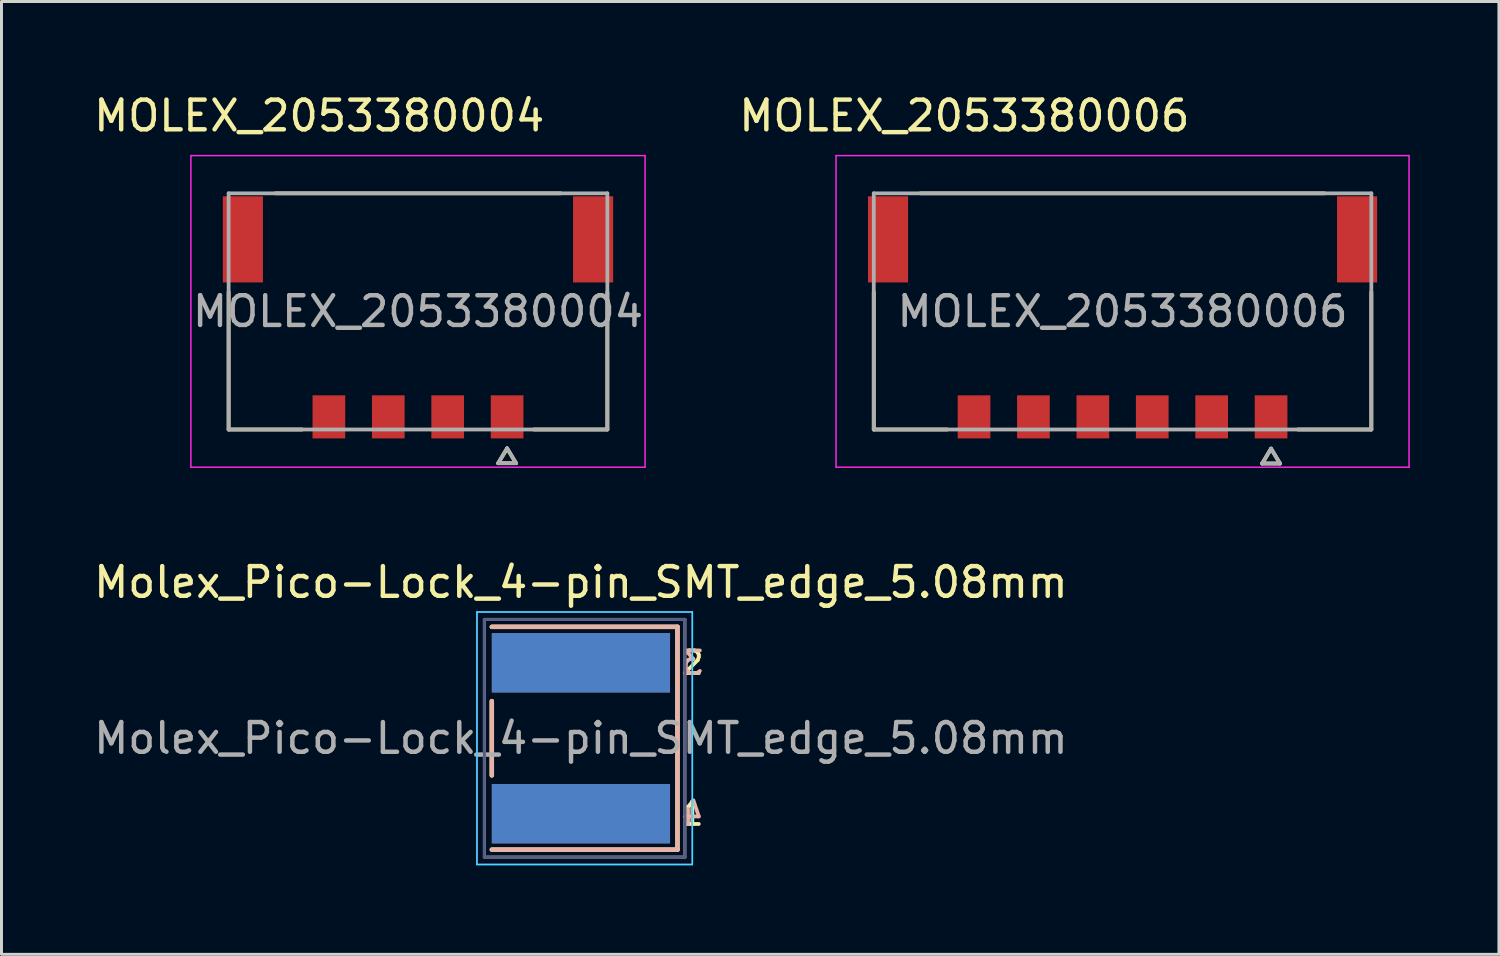
<source format=kicad_pcb>
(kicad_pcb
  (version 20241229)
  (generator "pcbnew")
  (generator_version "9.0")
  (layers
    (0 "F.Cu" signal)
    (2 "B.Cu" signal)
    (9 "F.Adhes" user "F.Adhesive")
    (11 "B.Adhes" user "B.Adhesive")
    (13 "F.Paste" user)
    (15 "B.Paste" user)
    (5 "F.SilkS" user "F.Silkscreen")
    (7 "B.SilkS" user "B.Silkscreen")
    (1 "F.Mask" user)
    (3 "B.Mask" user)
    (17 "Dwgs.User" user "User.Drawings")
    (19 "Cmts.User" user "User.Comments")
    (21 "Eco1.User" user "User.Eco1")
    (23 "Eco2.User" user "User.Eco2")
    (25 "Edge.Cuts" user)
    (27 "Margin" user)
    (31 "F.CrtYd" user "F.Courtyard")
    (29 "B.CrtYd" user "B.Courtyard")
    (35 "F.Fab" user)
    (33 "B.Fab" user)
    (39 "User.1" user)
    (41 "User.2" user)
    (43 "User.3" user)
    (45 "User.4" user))
  (footprint "MOLEX_2053380006"
    (layer "F.Cu")
    (at 34.739 7.433)
    (property "Reference" "MOLEX_2053380006" (at -5.325 -6.585 0) (layer "F.SilkS") (effects (font (size 1 1) (thickness 0.15))))
    (attr through_hole)
    (fp_poly (pts (xy -8.646 -3.951) (xy -7.144 -3.951) (xy -7.144 -0.899) (xy -8.646 -0.899)) (stroke (width 0.01) (type solid)) (fill yes) (layer "F.Mask"))
    (fp_poly (pts (xy -5.626 2.749) (xy -4.374 2.749) (xy -4.374 4.351) (xy -5.626 4.351)) (stroke (width 0.01) (type solid)) (fill yes) (layer "F.Mask"))
    (fp_poly (pts (xy -3.626 2.749) (xy -2.374 2.749) (xy -2.374 4.351) (xy -3.626 4.351)) (stroke (width 0.01) (type solid)) (fill yes) (layer "F.Mask"))
    (fp_poly (pts (xy -1.626 2.749) (xy -0.374 2.749) (xy -0.374 4.351) (xy -1.626 4.351)) (stroke (width 0.01) (type solid)) (fill yes) (layer "F.Mask"))
    (fp_poly (pts (xy 0.374 2.749) (xy 1.626 2.749) (xy 1.626 4.351) (xy 0.374 4.351)) (stroke (width 0.01) (type solid)) (fill yes) (layer "F.Mask"))
    (fp_poly (pts (xy 2.374 2.749) (xy 3.626 2.749) (xy 3.626 4.351) (xy 2.374 4.351)) (stroke (width 0.01) (type solid)) (fill yes) (layer "F.Mask"))
    (fp_poly (pts (xy 4.374 2.749) (xy 5.626 2.749) (xy 5.626 4.351) (xy 4.374 4.351)) (stroke (width 0.01) (type solid)) (fill yes) (layer "F.Mask"))
    (fp_poly (pts (xy 7.144 -3.951) (xy 8.646 -3.951) (xy 8.646 -0.899) (xy 7.144 -0.899)) (stroke (width 0.01) (type solid)) (fill yes) (layer "F.Mask"))
    (fp_line (start -8.375 3.975) (end -8.375 -0.65) (stroke (width 0.127) (type solid)) (layer "F.SilkS"))
    (fp_line (start -5.9 3.975) (end -8.375 3.975) (stroke (width 0.127) (type solid)) (layer "F.SilkS"))
    (fp_line (start 4.7 5.12) (end 5 4.62) (stroke (width 0.127) (type solid)) (layer "F.SilkS"))
    (fp_line (start 5 4.62) (end 5.3 5.12) (stroke (width 0.127) (type solid)) (layer "F.SilkS"))
    (fp_line (start 5.3 5.12) (end 4.7 5.12) (stroke (width 0.127) (type solid)) (layer "F.SilkS"))
    (fp_line (start 6.8 -3.975) (end -6.8 -3.975) (stroke (width 0.127) (type solid)) (layer "F.SilkS"))
    (fp_line (start 8.375 -0.65) (end 8.375 3.975) (stroke (width 0.127) (type solid)) (layer "F.SilkS"))
    (fp_line (start 8.375 3.975) (end 5.9 3.975) (stroke (width 0.127) (type solid)) (layer "F.SilkS"))
    (fp_line (start -9.645 -5.245) (end 9.645 -5.245) (stroke (width 0.05) (type solid)) (layer "F.CrtYd"))
    (fp_line (start -9.645 5.245) (end -9.645 -5.245) (stroke (width 0.05) (type solid)) (layer "F.CrtYd"))
    (fp_line (start -9.645 5.245) (end 9.645 5.245) (stroke (width 0.05) (type solid)) (layer "F.CrtYd"))
    (fp_line (start 9.645 -5.245) (end 9.645 5.245) (stroke (width 0.05) (type solid)) (layer "F.CrtYd"))
    (fp_line (start -8.375 -3.975) (end 8.375 -3.975) (stroke (width 0.127) (type solid)) (layer "F.Fab"))
    (fp_line (start -8.375 3.975) (end -8.375 -3.975) (stroke (width 0.127) (type solid)) (layer "F.Fab"))
    (fp_line (start 4.7 5.12) (end 5 4.62) (stroke (width 0.127) (type solid)) (layer "F.Fab"))
    (fp_line (start 5 4.62) (end 5.3 5.12) (stroke (width 0.127) (type solid)) (layer "F.Fab"))
    (fp_line (start 5.3 5.12) (end 4.7 5.12) (stroke (width 0.127) (type solid)) (layer "F.Fab"))
    (fp_line (start 8.375 -3.975) (end 8.375 3.975) (stroke (width 0.127) (type solid)) (layer "F.Fab"))
    (fp_line (start 8.375 3.975) (end -8.375 3.975) (stroke (width 0.127) (type solid)) (layer "F.Fab"))
    (fp_text user "${REFERENCE}" (at 0 0 0) (layer "F.Fab") (effects (font (size 1 1) (thickness 0.15))))
    (pad "1" smd rect (at 5 3.55) (size 1.1 1.45) (layers "F.Cu" "F.Paste"))
    (pad "2" smd rect (at 3 3.55) (size 1.1 1.45) (layers "F.Cu" "F.Paste"))
    (pad "3" smd rect (at 1 3.55) (size 1.1 1.45) (layers "F.Cu" "F.Paste"))
    (pad "4" smd rect (at -1 3.55) (size 1.1 1.45) (layers "F.Cu" "F.Paste"))
    (pad "5" smd rect (at -3 3.55) (size 1.1 1.45) (layers "F.Cu" "F.Paste"))
    (pad "6" smd rect (at -5 3.55) (size 1.1 1.45) (layers "F.Cu" "F.Paste"))
    (pad "S1" smd rect (at 7.895 -2.425) (size 1.35 2.9) (layers "F.Cu" "F.Paste"))
    (pad "S2" smd rect (at -7.895 -2.425) (size 1.35 2.9) (layers "F.Cu" "F.Paste")))
  (footprint "MOLEX_2053380004"
    (layer "F.Cu")
    (at 11.021 7.433)
    (property "Reference" "MOLEX_2053380004" (at -3.325 -6.585 0) (layer "F.SilkS") (effects (font (size 1 1) (thickness 0.15))))
    (attr through_hole)
    (fp_poly (pts (xy -6.646 -3.951) (xy -5.144 -3.951) (xy -5.144 -0.899) (xy -6.646 -0.899)) (stroke (width 0.01) (type solid)) (fill yes) (layer "F.Mask"))
    (fp_poly (pts (xy -3.626 2.749) (xy -2.374 2.749) (xy -2.374 4.351) (xy -3.626 4.351)) (stroke (width 0.01) (type solid)) (fill yes) (layer "F.Mask"))
    (fp_poly (pts (xy -1.626 2.749) (xy -0.374 2.749) (xy -0.374 4.351) (xy -1.626 4.351)) (stroke (width 0.01) (type solid)) (fill yes) (layer "F.Mask"))
    (fp_poly (pts (xy 0.374 2.749) (xy 1.626 2.749) (xy 1.626 4.351) (xy 0.374 4.351)) (stroke (width 0.01) (type solid)) (fill yes) (layer "F.Mask"))
    (fp_poly (pts (xy 2.374 2.749) (xy 3.626 2.749) (xy 3.626 4.351) (xy 2.374 4.351)) (stroke (width 0.01) (type solid)) (fill yes) (layer "F.Mask"))
    (fp_poly (pts (xy 5.144 -3.951) (xy 6.646 -3.951) (xy 6.646 -0.899) (xy 5.144 -0.899)) (stroke (width 0.01) (type solid)) (fill yes) (layer "F.Mask"))
    (fp_line (start -6.375 3.975) (end -6.375 -0.65) (stroke (width 0.127) (type solid)) (layer "F.SilkS"))
    (fp_line (start -3.9 3.975) (end -6.375 3.975) (stroke (width 0.127) (type solid)) (layer "F.SilkS"))
    (fp_line (start 2.7 5.11) (end 3 4.61) (stroke (width 0.127) (type solid)) (layer "F.SilkS"))
    (fp_line (start 3 4.61) (end 3.3 5.11) (stroke (width 0.127) (type solid)) (layer "F.SilkS"))
    (fp_line (start 3.3 5.11) (end 2.7 5.11) (stroke (width 0.127) (type solid)) (layer "F.SilkS"))
    (fp_line (start 4.8 -3.975) (end -4.8 -3.975) (stroke (width 0.127) (type solid)) (layer "F.SilkS"))
    (fp_line (start 6.375 -0.65) (end 6.375 3.975) (stroke (width 0.127) (type solid)) (layer "F.SilkS"))
    (fp_line (start 6.375 3.975) (end 3.9 3.975) (stroke (width 0.127) (type solid)) (layer "F.SilkS"))
    (fp_line (start -7.645 -5.245) (end 7.645 -5.245) (stroke (width 0.05) (type solid)) (layer "F.CrtYd"))
    (fp_line (start -7.645 5.245) (end -7.645 -5.245) (stroke (width 0.05) (type solid)) (layer "F.CrtYd"))
    (fp_line (start -7.645 5.245) (end 7.645 5.245) (stroke (width 0.05) (type solid)) (layer "F.CrtYd"))
    (fp_line (start 7.645 -5.245) (end 7.645 5.245) (stroke (width 0.05) (type solid)) (layer "F.CrtYd"))
    (fp_line (start -6.375 -3.975) (end 6.375 -3.975) (stroke (width 0.127) (type solid)) (layer "F.Fab"))
    (fp_line (start -6.375 3.975) (end -6.375 -3.975) (stroke (width 0.127) (type solid)) (layer "F.Fab"))
    (fp_line (start 2.7 5.11) (end 3 4.61) (stroke (width 0.127) (type solid)) (layer "F.Fab"))
    (fp_line (start 3 4.61) (end 3.3 5.11) (stroke (width 0.127) (type solid)) (layer "F.Fab"))
    (fp_line (start 3.3 5.11) (end 2.7 5.11) (stroke (width 0.127) (type solid)) (layer "F.Fab"))
    (fp_line (start 6.375 -3.975) (end 6.375 3.975) (stroke (width 0.127) (type solid)) (layer "F.Fab"))
    (fp_line (start 6.375 3.975) (end -6.375 3.975) (stroke (width 0.127) (type solid)) (layer "F.Fab"))
    (fp_text user "${REFERENCE}" (at 0 0 0) (layer "F.Fab") (effects (font (size 1 1) (thickness 0.15))))
    (pad "1" smd rect (at 3 3.55) (size 1.1 1.45) (layers "F.Cu" "F.Paste"))
    (pad "2" smd rect (at 1 3.55) (size 1.1 1.45) (layers "F.Cu" "F.Paste"))
    (pad "3" smd rect (at -1 3.55) (size 1.1 1.45) (layers "F.Cu" "F.Paste"))
    (pad "4" smd rect (at -3 3.55) (size 1.1 1.45) (layers "F.Cu" "F.Paste"))
    (pad "S1" smd rect (at 5.895 -2.425) (size 1.35 2.9) (layers "F.Cu" "F.Paste"))
    (pad "S2" smd rect (at -5.895 -2.425) (size 1.35 2.9) (layers "F.Cu" "F.Paste")))
  (footprint "Molex_Pico-Lock_4-pin_SMT_edge_5.08mm"
    (layer "F.Cu")
    (at 16.506 21.802)
    (property "Reference" "Molex_Pico-Lock_4-pin_SMT_edge_5.08mm" (at 0 -5.25 0) (layer "F.SilkS") (effects (font (size 1 1) (thickness 0.15))))
    (attr through_hole)
    (fp_line (start -3 -3.75) (end 3.25 -3.75) (stroke (width 0.15) (type solid)) (layer "F.SilkS"))
    (fp_line (start -3 1.25) (end -3 -1.25) (stroke (width 0.15) (type solid)) (layer "F.SilkS"))
    (fp_line (start 3.25 -3.75) (end 3.25 3.75) (stroke (width 0.15) (type solid)) (layer "F.SilkS"))
    (fp_line (start 3.25 3.75) (end -3 3.75) (stroke (width 0.15) (type solid)) (layer "F.SilkS"))
    (fp_line (start -3 -3.75) (end 3.25 -3.75) (stroke (width 0.15) (type solid)) (layer "B.SilkS"))
    (fp_line (start -3 1.25) (end -3 -1.25) (stroke (width 0.15) (type solid)) (layer "B.SilkS"))
    (fp_line (start 3.25 -3.75) (end 3.25 3.75) (stroke (width 0.15) (type solid)) (layer "B.SilkS"))
    (fp_line (start 3.25 3.75) (end -3 3.75) (stroke (width 0.15) (type solid)) (layer "B.SilkS"))
    (fp_line (start -3.5 -4.25) (end 3.75 -4.25) (stroke (width 0.05) (type solid)) (layer "B.CrtYd"))
    (fp_line (start -3.5 4.25) (end -3.5 -4.25) (stroke (width 0.05) (type solid)) (layer "B.CrtYd"))
    (fp_line (start 3.75 -4.25) (end 3.75 4.25) (stroke (width 0.05) (type solid)) (layer "B.CrtYd"))
    (fp_line (start 3.75 4.25) (end -3.5 4.25) (stroke (width 0.05) (type solid)) (layer "B.CrtYd"))
    (fp_line (start -3.5 -4.25) (end 3.75 -4.25) (stroke (width 0.05) (type solid)) (layer "F.CrtYd"))
    (fp_line (start -3.5 4.25) (end -3.5 -4.25) (stroke (width 0.05) (type solid)) (layer "F.CrtYd"))
    (fp_line (start 3.75 -4.25) (end 3.75 4.25) (stroke (width 0.05) (type solid)) (layer "F.CrtYd"))
    (fp_line (start 3.75 4.25) (end -3.5 4.25) (stroke (width 0.05) (type solid)) (layer "F.CrtYd"))
    (fp_line (start -3.25 -4) (end 3.5 -4) (stroke (width 0.1) (type solid)) (layer "B.Fab"))
    (fp_line (start -3.25 4) (end -3.25 -4) (stroke (width 0.1) (type solid)) (layer "B.Fab"))
    (fp_line (start 3.5 -4) (end 3.5 4) (stroke (width 0.1) (type solid)) (layer "B.Fab"))
    (fp_line (start 3.5 4) (end -3.25 4) (stroke (width 0.1) (type solid)) (layer "B.Fab"))
    (fp_line (start -3.25 -4) (end 3.5 -4) (stroke (width 0.1) (type solid)) (layer "F.Fab"))
    (fp_line (start -3.25 4) (end -3.25 -4) (stroke (width 0.1) (type solid)) (layer "F.Fab"))
    (fp_line (start 3.5 -4) (end 3.5 4) (stroke (width 0.1) (type solid)) (layer "F.Fab"))
    (fp_line (start 3.5 4) (end -3.25 4) (stroke (width 0.1) (type solid)) (layer "F.Fab"))
    (fp_text user "2" (at 3.75 -2.54 0) (layer "F.SilkS") (effects (font (size 0.762 0.762) (thickness 0.127))))
    (fp_text user "1" (at 3.75 2.54 0) (layer "F.SilkS") (effects (font (size 0.762 0.762) (thickness 0.127))))
    (fp_text user "4" (at 3.75 2.54 180) (layer "B.SilkS") (effects (font (size 0.762 0.762) (thickness 0.127)) (justify mirror)))
    (fp_text user "3" (at 3.75 -2.54 180) (layer "B.SilkS") (effects (font (size 0.762 0.762) (thickness 0.127)) (justify mirror)))
    (fp_text user "${REFERENCE}" (at 0 0 0) (layer "F.Fab") (effects (font (size 1 1) (thickness 0.15))))
    (pad "1" smd rect (at 0 2.54) (size 6 2) (layers "F.Cu" "F.Mask" "F.Paste"))
    (pad "2" smd rect (at 0 -2.54) (size 6 2) (layers "F.Cu" "F.Mask" "F.Paste"))
    (pad "3" smd rect (at 0 -2.54) (size 6 2) (layers "B.Cu" "B.Mask" "B.Paste"))
    (pad "4" smd rect (at 0 2.54) (size 6 2) (layers "B.Cu" "B.Mask" "B.Paste")))
  (gr_rect
    (start -3 -3)
    (end 47.409 29.076)
    (stroke (width 0.1) (type default))
    (fill no)
    (layer "Edge.Cuts")))
</source>
